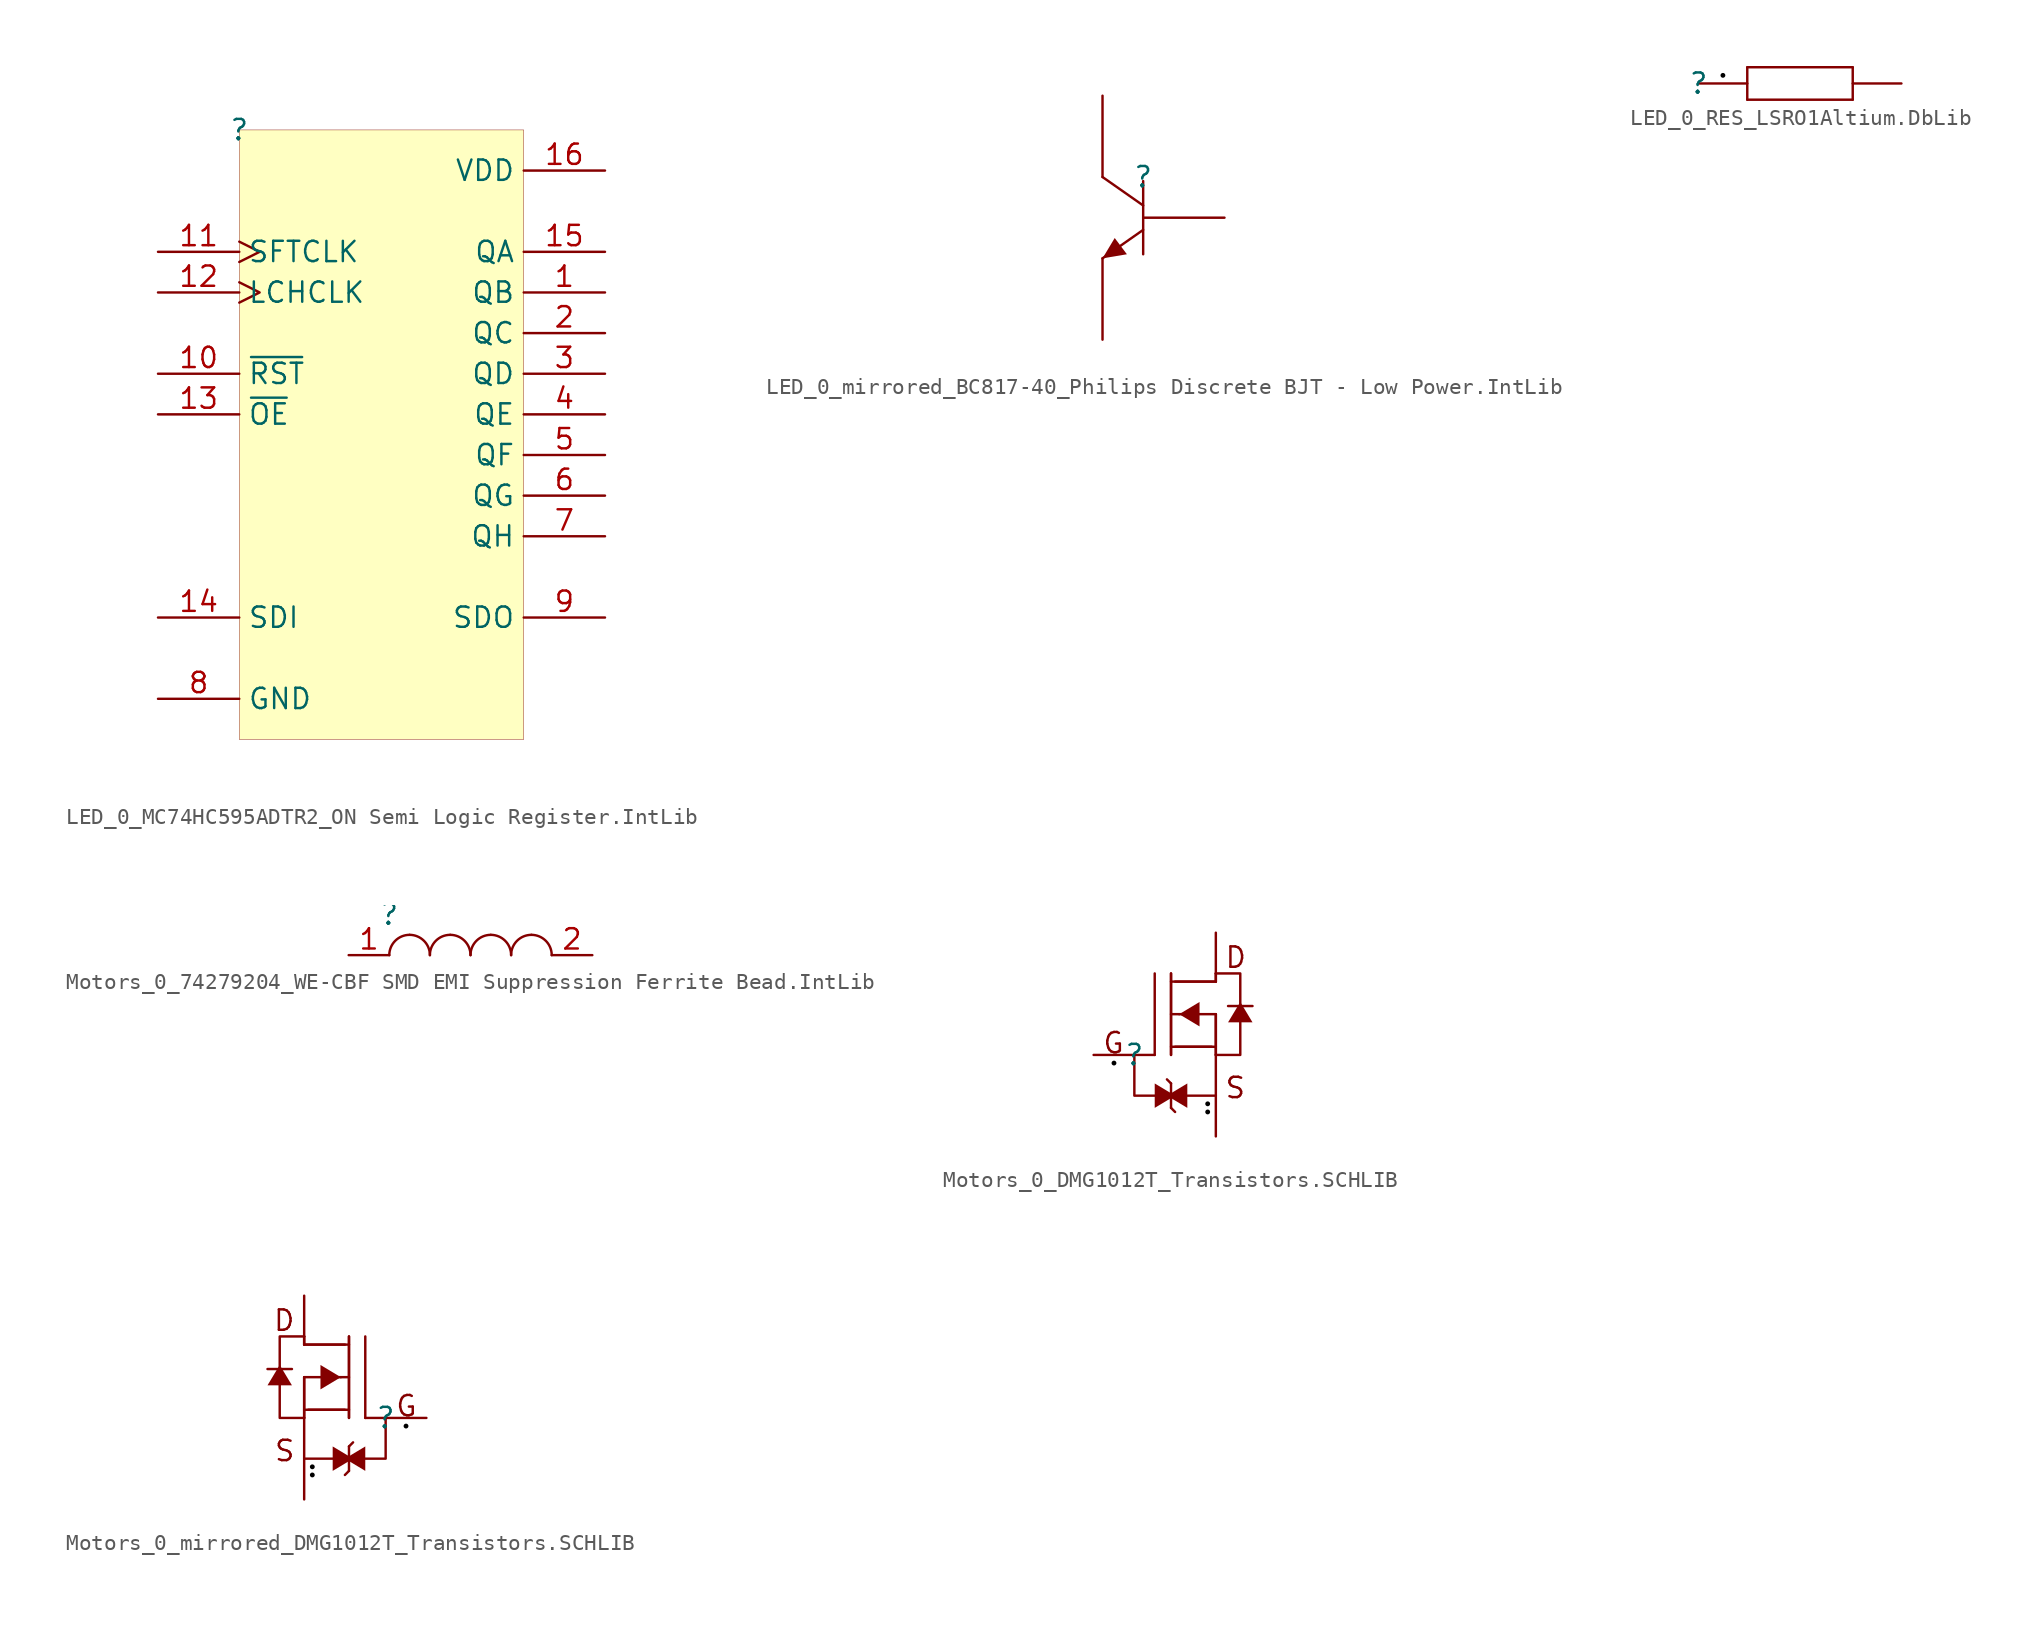
<source format=kicad_sym>
(kicad_symbol_lib
  (version 20241209)
  (generator "kicad_symbol_editor")
  (generator_version "9.0")
  (symbol "LED_0_MC74HC595ADTR2_ON Semi Logic Register.IntLib"
    (property "Reference" ""
      (at 0 0 0)
      (effects (font (size 1.27 1.27))))
    (property "Value" ""
      (at 0 0 0)
      (effects (font (size 1.27 1.27))))
    (symbol "LED_0_MC74HC595ADTR2_ON Semi Logic Register.IntLib_1_0"
      (rectangle (start 17.78 0) (end 0 -38.1) (stroke (width 0.025) (type solid) (color 128 0 0 1)) (fill (type background)))
      (pin input clock (at -5.08 -7.62 0) (length 5.08) (name "SFTCLK" (effects (font (size 1.27 1.27)))) (number "11" (effects (font (size 1.27 1.27)))))
      (pin input clock (at -5.08 -10.16 0) (length 5.08) (name "LCHCLK" (effects (font (size 1.27 1.27)))) (number "12" (effects (font (size 1.27 1.27)))))
      (pin input line (at -5.08 -15.24 0) (length 5.08) (name "~{RST}" (effects (font (size 1.27 1.27)))) (number "10" (effects (font (size 1.27 1.27)))))
      (pin input line (at -5.08 -17.78 0) (length 5.08) (name "~{OE}" (effects (font (size 1.27 1.27)))) (number "13" (effects (font (size 1.27 1.27)))))
      (pin input line (at -5.08 -30.48 0) (length 5.08) (name "SDI" (effects (font (size 1.27 1.27)))) (number "14" (effects (font (size 1.27 1.27)))))
      (pin power_in line (at -5.08 -35.56 0) (length 5.08) (name "GND" (effects (font (size 1.27 1.27)))) (number "8" (effects (font (size 1.27 1.27)))))
      (pin power_in line (at 22.86 -2.54 180) (length 5.08) (name "VDD" (effects (font (size 1.27 1.27)))) (number "16" (effects (font (size 1.27 1.27)))))
      (pin tri_state line (at 22.86 -7.62 180) (length 5.08) (name "QA" (effects (font (size 1.27 1.27)))) (number "15" (effects (font (size 1.27 1.27)))))
      (pin tri_state line (at 22.86 -10.16 180) (length 5.08) (name "QB" (effects (font (size 1.27 1.27)))) (number "1" (effects (font (size 1.27 1.27)))))
      (pin tri_state line (at 22.86 -12.7 180) (length 5.08) (name "QC" (effects (font (size 1.27 1.27)))) (number "2" (effects (font (size 1.27 1.27)))))
      (pin tri_state line (at 22.86 -15.24 180) (length 5.08) (name "QD" (effects (font (size 1.27 1.27)))) (number "3" (effects (font (size 1.27 1.27)))))
      (pin tri_state line (at 22.86 -17.78 180) (length 5.08) (name "QE" (effects (font (size 1.27 1.27)))) (number "4" (effects (font (size 1.27 1.27)))))
      (pin tri_state line (at 22.86 -20.32 180) (length 5.08) (name "QF" (effects (font (size 1.27 1.27)))) (number "5" (effects (font (size 1.27 1.27)))))
      (pin tri_state line (at 22.86 -22.86 180) (length 5.08) (name "QG" (effects (font (size 1.27 1.27)))) (number "6" (effects (font (size 1.27 1.27)))))
      (pin tri_state line (at 22.86 -25.4 180) (length 5.08) (name "QH" (effects (font (size 1.27 1.27)))) (number "7" (effects (font (size 1.27 1.27)))))
      (pin output line (at 22.86 -30.48 180) (length 5.08) (name "SDO" (effects (font (size 1.27 1.27)))) (number "9" (effects (font (size 1.27 1.27)))))))
  (symbol "LED_0_mirrored_BC817-40_Philips Discrete BJT - Low Power.IntLib"
    (pin_numbers
      (hide yes))
    (pin_names
      (hide yes))
    (property "Reference" ""
      (at 0 0 0)
      (effects (font (size 1.27 1.27))))
    (property "Value" ""
      (at 0 0 0)
      (effects (font (size 1.27 1.27))))
    (symbol "LED_0_mirrored_BC817-40_Philips Discrete BJT - Low Power.IntLib_1_0"
      (polyline (pts (xy -2.54 0) (xy 0 -1.778)) (stroke (width 0) (type solid)) (fill (type none)))
      (polyline (pts (xy -2.54 -5.08) (xy -1.778 -3.81) (xy -1.016 -4.826) (xy -2.54 -5.08)) (stroke (width -0.0001) (type solid)) (fill (type outline)))
      (polyline (pts (xy 0 -0.254) (xy 0 -4.826)) (stroke (width 0) (type solid)) (fill (type none)))
      (polyline (pts (xy 0 -3.302) (xy -2.54 -5.08)) (stroke (width 0) (type solid)) (fill (type none)))
      (pin passive line (at -2.54 5.08 270) (length 5.08) (name "C" (effects (font (size 1.27 1.27)))) (number "3" (effects (font (size 1.27 1.27)))))
      (pin passive line (at -2.54 -10.16 90) (length 5.08) (name "E" (effects (font (size 1.27 1.27)))) (number "2" (effects (font (size 1.27 1.27)))))
      (pin passive line (at 5.08 -2.54 180) (length 5.08) (name "B" (effects (font (size 1.27 1.27)))) (number "1" (effects (font (size 1.27 1.27)))))))
  (symbol "LED_0_RES_LSRO1Altium.DbLib"
    (pin_numbers
      (hide yes))
    (pin_names
      (hide yes))
    (property "Reference" ""
      (at 0 0 0)
      (effects (font (size 1.27 1.27))))
    (property "Value" ""
      (at 0 0 0)
      (effects (font (size 1.27 1.27))))
    (symbol "LED_0_RES_LSRO1Altium.DbLib_1_0"
      (circle (center 1.524 0.508) (radius 0.152) (stroke (width -0.0001) (type solid) (color 0 0 0 1)) (fill (type outline)))
      (polyline (pts (xy 3.048 1.016) (xy 3.048 -1.016)) (stroke (width 0) (type solid)) (fill (type none)))
      (polyline (pts (xy 3.048 1.016) (xy 9.652 1.016)) (stroke (width 0) (type solid)) (fill (type none)))
      (polyline (pts (xy 3.048 -1.016) (xy 9.652 -1.016)) (stroke (width 0) (type solid)) (fill (type none)))
      (polyline (pts (xy 9.652 1.016) (xy 9.652 -1.016)) (stroke (width 0) (type solid)) (fill (type none)))
      (pin passive line (at 0 0 0) (length 3.048) (name "1" (effects (font (size 1.27 1.27)))) (number "1" (effects (font (size 1.27 1.27)))))
      (pin passive line (at 12.7 0 180) (length 3.048) (name "2" (effects (font (size 1.27 1.27)))) (number "2" (effects (font (size 1.27 1.27)))))))
  (symbol "Motors_0_74279204_WE-CBF SMD EMI Suppression Ferrite Bead.IntLib"
    (pin_names
      (hide yes))
    (property "Reference" ""
      (at 0 0 0)
      (effects (font (size 1.27 1.27))))
    (property "Value" ""
      (at 0 0 0)
      (effects (font (size 1.27 1.27))))
    (symbol "Motors_0_74279204_WE-CBF SMD EMI Suppression Ferrite Bead.IntLib_1_0"
      (arc (start 0 -2.54) (mid 0.372 -1.642) (end 1.27 -1.27) (stroke (width 0) (type solid)) (fill (type none)))
      (arc (start 1.27 -1.27) (mid 2.168 -1.642) (end 2.54 -2.54) (stroke (width 0) (type solid)) (fill (type none)))
      (arc (start 2.54 -2.54) (mid 2.912 -1.642) (end 3.81 -1.27) (stroke (width 0) (type solid)) (fill (type none)))
      (arc (start 3.81 -1.27) (mid 4.708 -1.642) (end 5.08 -2.54) (stroke (width 0) (type solid)) (fill (type none)))
      (arc (start 5.08 -2.54) (mid 5.452 -1.642) (end 6.35 -1.27) (stroke (width 0) (type solid)) (fill (type none)))
      (arc (start 6.35 -1.27) (mid 7.248 -1.642) (end 7.62 -2.54) (stroke (width 0) (type solid)) (fill (type none)))
      (arc (start 7.62 -2.54) (mid 7.992 -1.642) (end 8.89 -1.27) (stroke (width 0) (type solid)) (fill (type none)))
      (arc (start 8.89 -1.27) (mid 9.788 -1.642) (end 10.16 -2.54) (stroke (width 0) (type solid)) (fill (type none)))
      (pin passive line (at -2.54 -2.54 0) (length 2.54) (name "1" (effects (font (size 1.27 1.27)))) (number "1" (effects (font (size 1.27 1.27)))))
      (pin passive line (at 12.7 -2.54 180) (length 2.54) (name "2" (effects (font (size 1.27 1.27)))) (number "2" (effects (font (size 1.27 1.27)))))))
  (symbol "Motors_0_DMG1012T_Transistors.SCHLIB"
    (pin_numbers
      (hide yes))
    (pin_names
      (hide yes))
    (property "Reference" ""
      (at 0 0 0)
      (effects (font (size 1.27 1.27))))
    (property "Value" ""
      (at 0 0 0)
      (effects (font (size 1.27 1.27))))
    (symbol "Motors_0_DMG1012T_Transistors.SCHLIB_1_0"
      (circle (center -1.27 -0.508) (radius 0.152) (stroke (width -0.0001) (type solid) (color 0 0 0 1)) (fill (type outline)))
      (polyline (pts (xy 0 0) (xy 1.27 0)) (stroke (width 0) (type solid)) (fill (type none)))
      (polyline (pts (xy 0 0) (xy 0 -2.54) (xy 5.08 -2.54) (xy 5.08 0)) (stroke (width 0) (type solid)) (fill (type none)))
      (polyline (pts (xy 1.27 0) (xy 1.27 5.08)) (stroke (width 0) (type solid)) (fill (type none)))
      (polyline (pts (xy 1.27 -3.302) (xy 2.54 -2.54) (xy 1.27 -1.778) (xy 1.27 -3.302)) (stroke (width -0.0001) (type solid)) (fill (type outline)))
      (polyline (pts (xy 2.286 5.08) (xy 2.286 0)) (stroke (width 0) (type solid)) (fill (type none)))
      (polyline (pts (xy 2.286 5.08) (xy 2.286 0)) (stroke (width 0) (type solid)) (fill (type none)))
      (polyline (pts (xy 2.286 0.508) (xy 5.08 0.508)) (stroke (width 0) (type solid)) (fill (type none)))
      (polyline (pts (xy 2.286 -1.778) (xy 2.032 -1.524)) (stroke (width 0) (type solid)) (fill (type none)))
      (polyline (pts (xy 2.286 -1.778) (xy 2.286 -3.302)) (stroke (width 0) (type solid)) (fill (type none)))
      (polyline (pts (xy 2.286 -3.302) (xy 2.54 -3.556)) (stroke (width 0) (type solid)) (fill (type none)))
      (polyline (pts (xy 2.54 0.508) (xy 4.826 0.508)) (stroke (width 0) (type solid)) (fill (type none)))
      (polyline (pts (xy 2.794 2.54) (xy 2.286 2.54)) (stroke (width 0) (type solid)) (fill (type none)))
      (polyline (pts (xy 3.302 -1.778) (xy 2.032 -2.54) (xy 3.302 -3.302) (xy 3.302 -1.778)) (stroke (width -0.0001) (type solid)) (fill (type outline)))
      (polyline (pts (xy 4.064 3.302) (xy 2.794 2.54) (xy 4.064 1.778) (xy 4.064 3.302)) (stroke (width -0.0001) (type solid)) (fill (type outline)))
      (circle (center 4.572 -3.048) (radius 0.152) (stroke (width -0.0001) (type solid) (color 0 0 0 1)) (fill (type outline)))
      (circle (center 4.572 -3.556) (radius 0.152) (stroke (width -0.0001) (type solid) (color 0 0 0 1)) (fill (type outline)))
      (polyline (pts (xy 5.08 5.08) (xy 5.08 4.572)) (stroke (width 0) (type solid)) (fill (type none)))
      (polyline (pts (xy 5.08 5.08) (xy 5.08 4.572)) (stroke (width 0) (type solid)) (fill (type none)))
      (polyline (pts (xy 5.08 4.572) (xy 2.286 4.572)) (stroke (width 0) (type solid)) (fill (type none)))
      (polyline (pts (xy 5.08 4.572) (xy 2.54 4.572)) (stroke (width 0) (type solid)) (fill (type none)))
      (polyline (pts (xy 5.08 2.54) (xy 2.794 2.54)) (stroke (width 0) (type solid)) (fill (type none)))
      (polyline (pts (xy 5.08 2.54) (xy 5.08 0)) (stroke (width 0) (type solid)) (fill (type none)))
      (polyline (pts (xy 5.08 2.54) (xy 5.08 0)) (stroke (width 0) (type solid)) (fill (type none)))
      (polyline (pts (xy 5.08 0) (xy 6.604 0) (xy 6.604 5.08) (xy 5.08 5.08)) (stroke (width 0) (type solid)) (fill (type none)))
      (polyline (pts (xy 5.842 3.048) (xy 7.366 3.048)) (stroke (width 0) (type solid)) (fill (type none)))
      (polyline (pts (xy 7.366 2.032) (xy 6.604 3.302) (xy 5.842 2.032) (xy 7.366 2.032)) (stroke (width -0.0001) (type solid)) (fill (type outline)))
      (text "G" (at -2.032 0 0) (effects (font (size 1.27 1.27)) (justify left bottom)))
      (text "D" (at 5.588 5.334 0) (effects (font (size 1.27 1.27)) (justify left bottom)))
      (text "S" (at 5.588 -2.794 0) (effects (font (size 1.27 1.27)) (justify left bottom)))
      (pin passive line (at -2.54 0 0) (length 2.54) (name "G" (effects (font (size 1.27 1.27)))) (number "1" (effects (font (size 1.27 1.27)))))
      (pin passive line (at 5.08 7.62 270) (length 2.54) (name "D" (effects (font (size 1.27 1.27)))) (number "3" (effects (font (size 1.27 1.27)))))
      (pin passive line (at 5.08 -5.08 90) (length 2.54) (name "S" (effects (font (size 1.27 1.27)))) (number "2" (effects (font (size 1.27 1.27)))))))
  (symbol "Motors_0_mirrored_DMG1012T_Transistors.SCHLIB"
    (pin_numbers
      (hide yes))
    (pin_names
      (hide yes))
    (property "Reference" ""
      (at 0 0 0)
      (effects (font (size 1.27 1.27))))
    (property "Value" ""
      (at 0 0 0)
      (effects (font (size 1.27 1.27))))
    (symbol "Motors_0_mirrored_DMG1012T_Transistors.SCHLIB_1_0"
      (polyline (pts (xy -7.366 2.032) (xy -6.604 3.302) (xy -5.842 2.032) (xy -7.366 2.032)) (stroke (width -0.0001) (type solid)) (fill (type outline)))
      (polyline (pts (xy -5.842 3.048) (xy -7.366 3.048)) (stroke (width 0) (type solid)) (fill (type none)))
      (polyline (pts (xy -5.08 5.08) (xy -5.08 4.572)) (stroke (width 0) (type solid)) (fill (type none)))
      (polyline (pts (xy -5.08 5.08) (xy -5.08 4.572)) (stroke (width 0) (type solid)) (fill (type none)))
      (polyline (pts (xy -5.08 4.572) (xy -2.54 4.572)) (stroke (width 0) (type solid)) (fill (type none)))
      (polyline (pts (xy -5.08 4.572) (xy -2.286 4.572)) (stroke (width 0) (type solid)) (fill (type none)))
      (polyline (pts (xy -5.08 2.54) (xy -5.08 0)) (stroke (width 0) (type solid)) (fill (type none)))
      (polyline (pts (xy -5.08 2.54) (xy -5.08 0)) (stroke (width 0) (type solid)) (fill (type none)))
      (polyline (pts (xy -5.08 2.54) (xy -2.794 2.54)) (stroke (width 0) (type solid)) (fill (type none)))
      (polyline (pts (xy -5.08 0) (xy -6.604 0) (xy -6.604 5.08) (xy -5.08 5.08)) (stroke (width 0) (type solid)) (fill (type none)))
      (circle (center -4.572 -3.048) (radius 0.152) (stroke (width -0.0001) (type solid) (color 0 0 0 1)) (fill (type outline)))
      (circle (center -4.572 -3.556) (radius 0.152) (stroke (width -0.0001) (type solid) (color 0 0 0 1)) (fill (type outline)))
      (polyline (pts (xy -4.064 3.302) (xy -2.794 2.54) (xy -4.064 1.778) (xy -4.064 3.302)) (stroke (width -0.0001) (type solid)) (fill (type outline)))
      (polyline (pts (xy -3.302 -1.778) (xy -2.032 -2.54) (xy -3.302 -3.302) (xy -3.302 -1.778)) (stroke (width -0.0001) (type solid)) (fill (type outline)))
      (polyline (pts (xy -2.794 2.54) (xy -2.286 2.54)) (stroke (width 0) (type solid)) (fill (type none)))
      (polyline (pts (xy -2.54 0.508) (xy -4.826 0.508)) (stroke (width 0) (type solid)) (fill (type none)))
      (polyline (pts (xy -2.286 5.08) (xy -2.286 0)) (stroke (width 0) (type solid)) (fill (type none)))
      (polyline (pts (xy -2.286 5.08) (xy -2.286 0)) (stroke (width 0) (type solid)) (fill (type none)))
      (polyline (pts (xy -2.286 0.508) (xy -5.08 0.508)) (stroke (width 0) (type solid)) (fill (type none)))
      (polyline (pts (xy -2.286 -1.778) (xy -2.286 -3.302)) (stroke (width 0) (type solid)) (fill (type none)))
      (polyline (pts (xy -2.286 -1.778) (xy -2.032 -1.524)) (stroke (width 0) (type solid)) (fill (type none)))
      (polyline (pts (xy -2.286 -3.302) (xy -2.54 -3.556)) (stroke (width 0) (type solid)) (fill (type none)))
      (polyline (pts (xy -1.27 0) (xy -1.27 5.08)) (stroke (width 0) (type solid)) (fill (type none)))
      (polyline (pts (xy -1.27 -3.302) (xy -2.54 -2.54) (xy -1.27 -1.778) (xy -1.27 -3.302)) (stroke (width -0.0001) (type solid)) (fill (type outline)))
      (polyline (pts (xy 0 0) (xy -1.27 0)) (stroke (width 0) (type solid)) (fill (type none)))
      (polyline (pts (xy 0 0) (xy 0 -2.54) (xy -5.08 -2.54) (xy -5.08 0)) (stroke (width 0) (type solid)) (fill (type none)))
      (circle (center 1.27 -0.508) (radius 0.152) (stroke (width -0.0001) (type solid) (color 0 0 0 1)) (fill (type outline)))
      (text "D" (at -5.588 5.334 0) (effects (font (size 1.27 1.27)) (justify right bottom)))
      (text "S" (at -5.588 -2.794 0) (effects (font (size 1.27 1.27)) (justify right bottom)))
      (text "G" (at 2.032 0 0) (effects (font (size 1.27 1.27)) (justify right bottom)))
      (pin passive line (at -5.08 7.62 270) (length 2.54) (name "D" (effects (font (size 1.27 1.27)))) (number "3" (effects (font (size 1.27 1.27)))))
      (pin passive line (at -5.08 -5.08 90) (length 2.54) (name "S" (effects (font (size 1.27 1.27)))) (number "2" (effects (font (size 1.27 1.27)))))
      (pin passive line (at 2.54 0 180) (length 2.54) (name "G" (effects (font (size 1.27 1.27)))) (number "1" (effects (font (size 1.27 1.27))))))))
</source>
